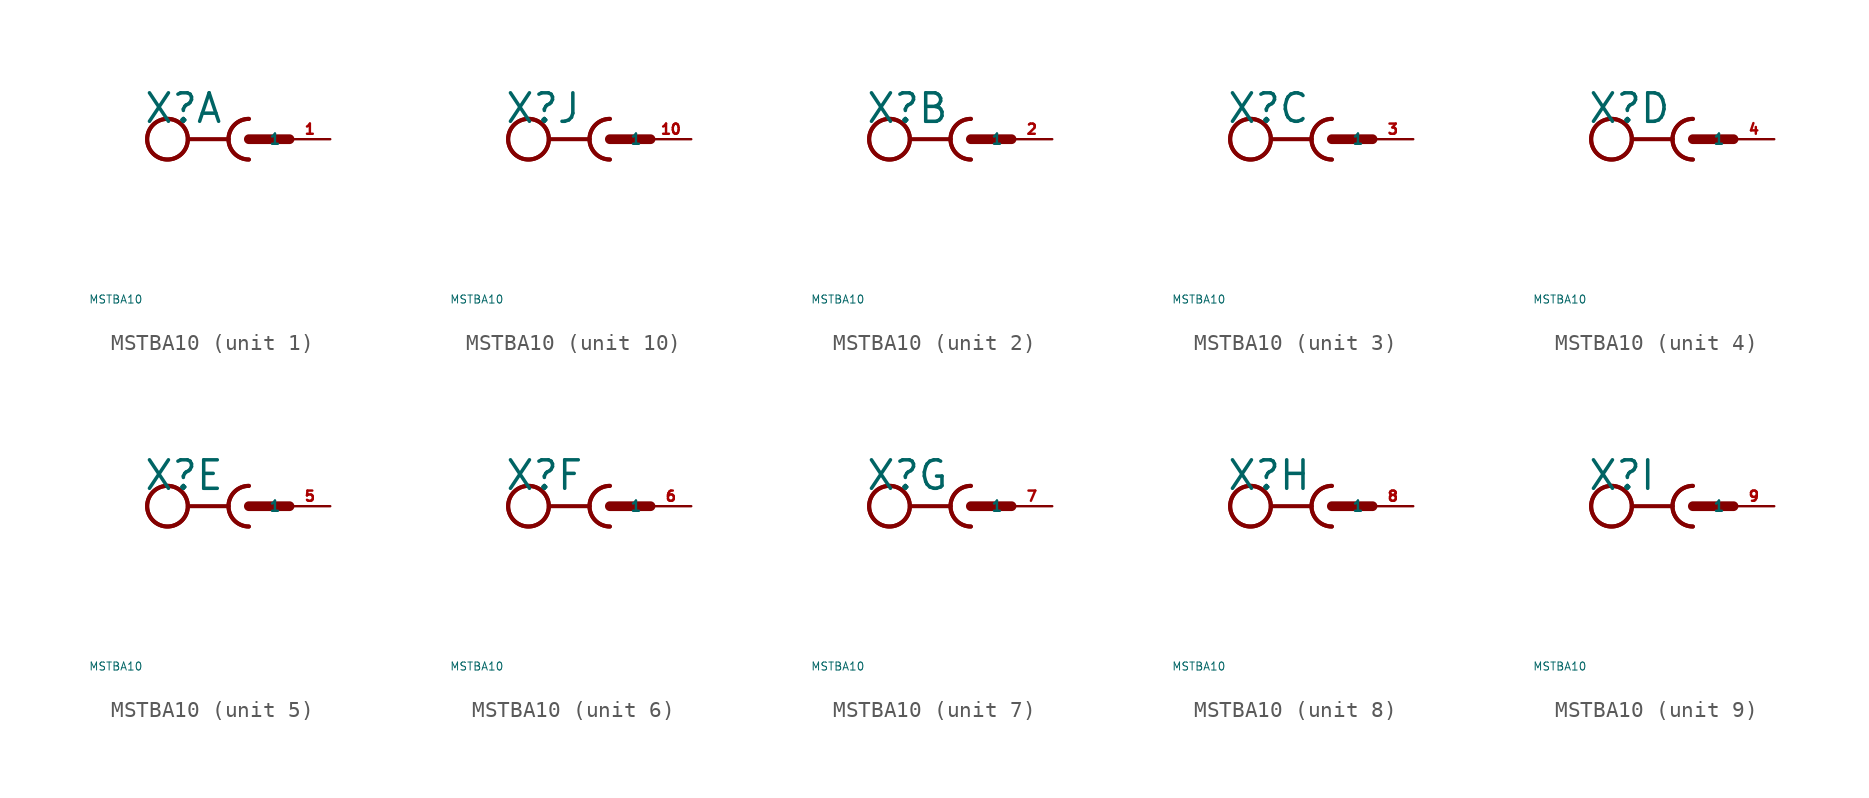
<source format=kicad_sym>
(kicad_symbol_lib
  (version 20220914)
  (generator Eagle2Kicad)
  (symbol "MSTBA10"
    (property "Reference" "X"
      (at -6.604 0.889 0)
      (effects (font (size 1.778 1.778) (thickness 0.22)) (justify left bottom)))
    (property "Value" "MSTBA10"
      (at -10 -10 0)
      (effects (font (size 0.5 0.5) (thickness 0.06)) (justify left)))
    (symbol "MSTBA10_1_0"
      (arc (start -1.27 0) (mid -0.898 -0.898) (end 0 -1.27) (stroke (width 0.254) (type default)) (fill (type none)))
      (arc (start 0 1.27) (mid -0.898 0.898) (end -1.27 0) (stroke (width 0.254) (type default)) (fill (type none)))
      (polyline (pts (xy -3.81 0) (xy -1.27 0)) (stroke (width 0.254) (type default)) (fill (type none)))
      (arc (start 0 1.27) (mid -1.270 0.000) (end 0 -1.27) (stroke (width 0.254) (type default)) (fill (type none)))
      (polyline (pts (xy 0 0) (xy 2.54 0)) (stroke (width 0.61) (type default)) (fill (type none)))
      (circle (center -5.08 0) (radius 1.27) (stroke (width 0.254) (type default)) (fill (type none)))
      (circle (center -5.08 0) (radius 1.27) (stroke (width 0.254) (type default)) (fill (type none)))
      (pin passive line (at 5.08 0 180) (length 2.54) (name "1" (effects (font (size 0.635 0.635) (thickness 0.08)) (justify left bottom))) (number "1" (effects (font (size 0.635 0.635) (thickness 0.08)) (justify left bottom)))))
    (symbol "MSTBA10_2_0"
      (arc (start -1.27 0) (mid -0.898 -0.898) (end 0 -1.27) (stroke (width 0.254) (type default)) (fill (type none)))
      (arc (start 0 1.27) (mid -0.898 0.898) (end -1.27 0) (stroke (width 0.254) (type default)) (fill (type none)))
      (polyline (pts (xy -3.81 0) (xy -1.27 0)) (stroke (width 0.254) (type default)) (fill (type none)))
      (arc (start 0 1.27) (mid -1.270 0.000) (end 0 -1.27) (stroke (width 0.254) (type default)) (fill (type none)))
      (polyline (pts (xy 0 0) (xy 2.54 0)) (stroke (width 0.61) (type default)) (fill (type none)))
      (circle (center -5.08 0) (radius 1.27) (stroke (width 0.254) (type default)) (fill (type none)))
      (circle (center -5.08 0) (radius 1.27) (stroke (width 0.254) (type default)) (fill (type none)))
      (pin passive line (at 5.08 0 180) (length 2.54) (name "1" (effects (font (size 0.635 0.635) (thickness 0.08)) (justify left bottom))) (number "2" (effects (font (size 0.635 0.635) (thickness 0.08)) (justify left bottom)))))
    (symbol "MSTBA10_3_0"
      (arc (start -1.27 0) (mid -0.898 -0.898) (end 0 -1.27) (stroke (width 0.254) (type default)) (fill (type none)))
      (arc (start 0 1.27) (mid -0.898 0.898) (end -1.27 0) (stroke (width 0.254) (type default)) (fill (type none)))
      (polyline (pts (xy -3.81 0) (xy -1.27 0)) (stroke (width 0.254) (type default)) (fill (type none)))
      (arc (start 0 1.27) (mid -1.270 0.000) (end 0 -1.27) (stroke (width 0.254) (type default)) (fill (type none)))
      (polyline (pts (xy 0 0) (xy 2.54 0)) (stroke (width 0.61) (type default)) (fill (type none)))
      (circle (center -5.08 0) (radius 1.27) (stroke (width 0.254) (type default)) (fill (type none)))
      (circle (center -5.08 0) (radius 1.27) (stroke (width 0.254) (type default)) (fill (type none)))
      (pin passive line (at 5.08 0 180) (length 2.54) (name "1" (effects (font (size 0.635 0.635) (thickness 0.08)) (justify left bottom))) (number "3" (effects (font (size 0.635 0.635) (thickness 0.08)) (justify left bottom)))))
    (symbol "MSTBA10_4_0"
      (arc (start -1.27 0) (mid -0.898 -0.898) (end 0 -1.27) (stroke (width 0.254) (type default)) (fill (type none)))
      (arc (start 0 1.27) (mid -0.898 0.898) (end -1.27 0) (stroke (width 0.254) (type default)) (fill (type none)))
      (polyline (pts (xy -3.81 0) (xy -1.27 0)) (stroke (width 0.254) (type default)) (fill (type none)))
      (arc (start 0 1.27) (mid -1.270 0.000) (end 0 -1.27) (stroke (width 0.254) (type default)) (fill (type none)))
      (polyline (pts (xy 0 0) (xy 2.54 0)) (stroke (width 0.61) (type default)) (fill (type none)))
      (circle (center -5.08 0) (radius 1.27) (stroke (width 0.254) (type default)) (fill (type none)))
      (circle (center -5.08 0) (radius 1.27) (stroke (width 0.254) (type default)) (fill (type none)))
      (pin passive line (at 5.08 0 180) (length 2.54) (name "1" (effects (font (size 0.635 0.635) (thickness 0.08)) (justify left bottom))) (number "4" (effects (font (size 0.635 0.635) (thickness 0.08)) (justify left bottom)))))
    (symbol "MSTBA10_5_0"
      (arc (start -1.27 0) (mid -0.898 -0.898) (end 0 -1.27) (stroke (width 0.254) (type default)) (fill (type none)))
      (arc (start 0 1.27) (mid -0.898 0.898) (end -1.27 0) (stroke (width 0.254) (type default)) (fill (type none)))
      (polyline (pts (xy -3.81 0) (xy -1.27 0)) (stroke (width 0.254) (type default)) (fill (type none)))
      (arc (start 0 1.27) (mid -1.270 0.000) (end 0 -1.27) (stroke (width 0.254) (type default)) (fill (type none)))
      (polyline (pts (xy 0 0) (xy 2.54 0)) (stroke (width 0.61) (type default)) (fill (type none)))
      (circle (center -5.08 0) (radius 1.27) (stroke (width 0.254) (type default)) (fill (type none)))
      (circle (center -5.08 0) (radius 1.27) (stroke (width 0.254) (type default)) (fill (type none)))
      (pin passive line (at 5.08 0 180) (length 2.54) (name "1" (effects (font (size 0.635 0.635) (thickness 0.08)) (justify left bottom))) (number "5" (effects (font (size 0.635 0.635) (thickness 0.08)) (justify left bottom)))))
    (symbol "MSTBA10_6_0"
      (arc (start -1.27 0) (mid -0.898 -0.898) (end 0 -1.27) (stroke (width 0.254) (type default)) (fill (type none)))
      (arc (start 0 1.27) (mid -0.898 0.898) (end -1.27 0) (stroke (width 0.254) (type default)) (fill (type none)))
      (polyline (pts (xy -3.81 0) (xy -1.27 0)) (stroke (width 0.254) (type default)) (fill (type none)))
      (arc (start 0 1.27) (mid -1.270 0.000) (end 0 -1.27) (stroke (width 0.254) (type default)) (fill (type none)))
      (polyline (pts (xy 0 0) (xy 2.54 0)) (stroke (width 0.61) (type default)) (fill (type none)))
      (circle (center -5.08 0) (radius 1.27) (stroke (width 0.254) (type default)) (fill (type none)))
      (circle (center -5.08 0) (radius 1.27) (stroke (width 0.254) (type default)) (fill (type none)))
      (pin passive line (at 5.08 0 180) (length 2.54) (name "1" (effects (font (size 0.635 0.635) (thickness 0.08)) (justify left bottom))) (number "6" (effects (font (size 0.635 0.635) (thickness 0.08)) (justify left bottom)))))
    (symbol "MSTBA10_7_0"
      (arc (start -1.27 0) (mid -0.898 -0.898) (end 0 -1.27) (stroke (width 0.254) (type default)) (fill (type none)))
      (arc (start 0 1.27) (mid -0.898 0.898) (end -1.27 0) (stroke (width 0.254) (type default)) (fill (type none)))
      (polyline (pts (xy -3.81 0) (xy -1.27 0)) (stroke (width 0.254) (type default)) (fill (type none)))
      (arc (start 0 1.27) (mid -1.270 0.000) (end 0 -1.27) (stroke (width 0.254) (type default)) (fill (type none)))
      (polyline (pts (xy 0 0) (xy 2.54 0)) (stroke (width 0.61) (type default)) (fill (type none)))
      (circle (center -5.08 0) (radius 1.27) (stroke (width 0.254) (type default)) (fill (type none)))
      (circle (center -5.08 0) (radius 1.27) (stroke (width 0.254) (type default)) (fill (type none)))
      (pin passive line (at 5.08 0 180) (length 2.54) (name "1" (effects (font (size 0.635 0.635) (thickness 0.08)) (justify left bottom))) (number "7" (effects (font (size 0.635 0.635) (thickness 0.08)) (justify left bottom)))))
    (symbol "MSTBA10_8_0"
      (arc (start -1.27 0) (mid -0.898 -0.898) (end 0 -1.27) (stroke (width 0.254) (type default)) (fill (type none)))
      (arc (start 0 1.27) (mid -0.898 0.898) (end -1.27 0) (stroke (width 0.254) (type default)) (fill (type none)))
      (polyline (pts (xy -3.81 0) (xy -1.27 0)) (stroke (width 0.254) (type default)) (fill (type none)))
      (arc (start 0 1.27) (mid -1.270 0.000) (end 0 -1.27) (stroke (width 0.254) (type default)) (fill (type none)))
      (polyline (pts (xy 0 0) (xy 2.54 0)) (stroke (width 0.61) (type default)) (fill (type none)))
      (circle (center -5.08 0) (radius 1.27) (stroke (width 0.254) (type default)) (fill (type none)))
      (circle (center -5.08 0) (radius 1.27) (stroke (width 0.254) (type default)) (fill (type none)))
      (pin passive line (at 5.08 0 180) (length 2.54) (name "1" (effects (font (size 0.635 0.635) (thickness 0.08)) (justify left bottom))) (number "8" (effects (font (size 0.635 0.635) (thickness 0.08)) (justify left bottom)))))
    (symbol "MSTBA10_9_0"
      (arc (start -1.27 0) (mid -0.898 -0.898) (end 0 -1.27) (stroke (width 0.254) (type default)) (fill (type none)))
      (arc (start 0 1.27) (mid -0.898 0.898) (end -1.27 0) (stroke (width 0.254) (type default)) (fill (type none)))
      (polyline (pts (xy -3.81 0) (xy -1.27 0)) (stroke (width 0.254) (type default)) (fill (type none)))
      (arc (start 0 1.27) (mid -1.270 0.000) (end 0 -1.27) (stroke (width 0.254) (type default)) (fill (type none)))
      (polyline (pts (xy 0 0) (xy 2.54 0)) (stroke (width 0.61) (type default)) (fill (type none)))
      (circle (center -5.08 0) (radius 1.27) (stroke (width 0.254) (type default)) (fill (type none)))
      (circle (center -5.08 0) (radius 1.27) (stroke (width 0.254) (type default)) (fill (type none)))
      (pin passive line (at 5.08 0 180) (length 2.54) (name "1" (effects (font (size 0.635 0.635) (thickness 0.08)) (justify left bottom))) (number "9" (effects (font (size 0.635 0.635) (thickness 0.08)) (justify left bottom)))))
    (symbol "MSTBA10_10_0"
      (arc (start -1.27 0) (mid -0.898 -0.898) (end 0 -1.27) (stroke (width 0.254) (type default)) (fill (type none)))
      (arc (start 0 1.27) (mid -0.898 0.898) (end -1.27 0) (stroke (width 0.254) (type default)) (fill (type none)))
      (polyline (pts (xy -3.81 0) (xy -1.27 0)) (stroke (width 0.254) (type default)) (fill (type none)))
      (arc (start 0 1.27) (mid -1.270 0.000) (end 0 -1.27) (stroke (width 0.254) (type default)) (fill (type none)))
      (polyline (pts (xy 0 0) (xy 2.54 0)) (stroke (width 0.61) (type default)) (fill (type none)))
      (circle (center -5.08 0) (radius 1.27) (stroke (width 0.254) (type default)) (fill (type none)))
      (circle (center -5.08 0) (radius 1.27) (stroke (width 0.254) (type default)) (fill (type none)))
      (pin passive line (at 5.08 0 180) (length 2.54) (name "1" (effects (font (size 0.635 0.635) (thickness 0.08)) (justify left bottom))) (number "10" (effects (font (size 0.635 0.635) (thickness 0.08)) (justify left bottom)))))))
</source>
